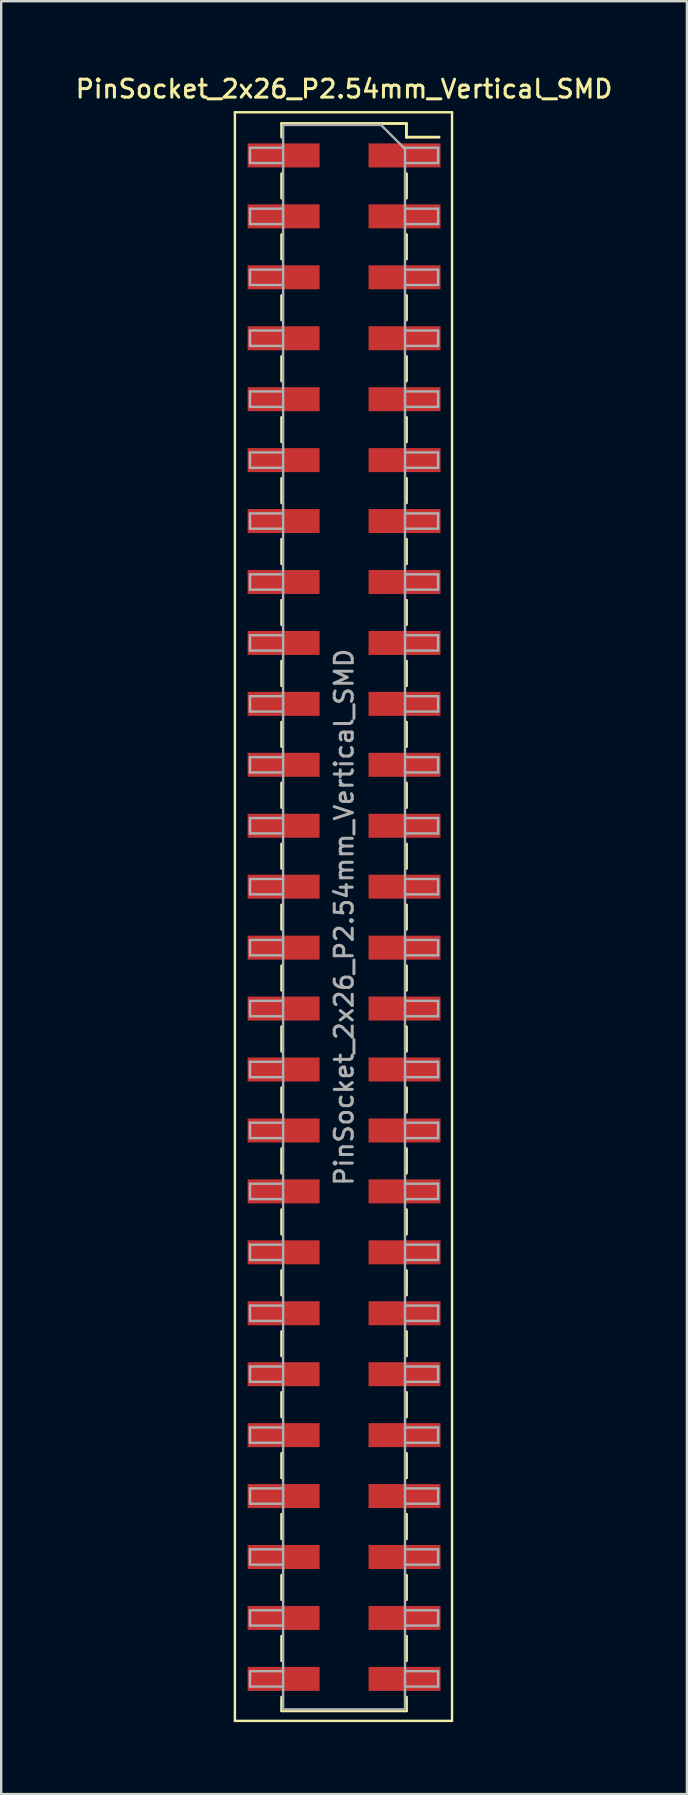
<source format=kicad_pcb>
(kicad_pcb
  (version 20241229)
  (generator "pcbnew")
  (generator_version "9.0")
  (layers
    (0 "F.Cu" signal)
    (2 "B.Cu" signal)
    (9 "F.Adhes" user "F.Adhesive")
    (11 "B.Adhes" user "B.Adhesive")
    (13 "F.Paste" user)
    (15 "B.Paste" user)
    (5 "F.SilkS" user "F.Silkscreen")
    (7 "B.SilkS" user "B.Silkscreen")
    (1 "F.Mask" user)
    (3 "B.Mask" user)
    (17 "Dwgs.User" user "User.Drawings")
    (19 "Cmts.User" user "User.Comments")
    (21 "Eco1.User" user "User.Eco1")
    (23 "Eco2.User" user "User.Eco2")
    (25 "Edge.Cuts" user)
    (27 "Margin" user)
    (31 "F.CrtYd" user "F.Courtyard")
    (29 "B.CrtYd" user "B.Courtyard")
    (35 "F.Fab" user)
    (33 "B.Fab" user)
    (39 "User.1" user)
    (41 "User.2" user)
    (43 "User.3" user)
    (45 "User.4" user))
  (footprint "PinSocket_2x26_P2.54mm_Vertical_SMD"
    (layer "F.Cu")
    (at 11.291 35.178)
    (property "Reference" "PinSocket_2x26_P2.54mm_Vertical_SMD" (at 0 -34.52 0) (layer "F.SilkS") (effects (font (size 0.75 0.75) (thickness 0.125))))
    (attr smd)
    (fp_line (start -4.55 -33.55) (end 4.5 -33.55) (stroke (width 0.1) (type solid)) (layer "F.SilkS"))
    (fp_line (start -4.55 33.5) (end -4.55 -33.55) (stroke (width 0.1) (type solid)) (layer "F.SilkS"))
    (fp_line (start -2.6 -33.08) (end -2.6 -32.51) (stroke (width 0.12) (type solid)) (layer "F.SilkS"))
    (fp_line (start -2.6 -33.08) (end 2.6 -33.08) (stroke (width 0.12) (type solid)) (layer "F.SilkS"))
    (fp_line (start -2.6 -30.99) (end -2.6 -29.97) (stroke (width 0.12) (type solid)) (layer "F.SilkS"))
    (fp_line (start -2.6 -28.45) (end -2.6 -27.43) (stroke (width 0.12) (type solid)) (layer "F.SilkS"))
    (fp_line (start -2.6 -25.91) (end -2.6 -24.89) (stroke (width 0.12) (type solid)) (layer "F.SilkS"))
    (fp_line (start -2.6 -23.37) (end -2.6 -22.35) (stroke (width 0.12) (type solid)) (layer "F.SilkS"))
    (fp_line (start -2.6 -20.83) (end -2.6 -19.81) (stroke (width 0.12) (type solid)) (layer "F.SilkS"))
    (fp_line (start -2.6 -18.29) (end -2.6 -17.27) (stroke (width 0.12) (type solid)) (layer "F.SilkS"))
    (fp_line (start -2.6 -15.75) (end -2.6 -14.73) (stroke (width 0.12) (type solid)) (layer "F.SilkS"))
    (fp_line (start -2.6 -13.21) (end -2.6 -12.19) (stroke (width 0.12) (type solid)) (layer "F.SilkS"))
    (fp_line (start -2.6 -10.67) (end -2.6 -9.65) (stroke (width 0.12) (type solid)) (layer "F.SilkS"))
    (fp_line (start -2.6 -8.13) (end -2.6 -7.11) (stroke (width 0.12) (type solid)) (layer "F.SilkS"))
    (fp_line (start -2.6 -5.59) (end -2.6 -4.57) (stroke (width 0.12) (type solid)) (layer "F.SilkS"))
    (fp_line (start -2.6 -3.05) (end -2.6 -2.03) (stroke (width 0.12) (type solid)) (layer "F.SilkS"))
    (fp_line (start -2.6 -0.51) (end -2.6 0.51) (stroke (width 0.12) (type solid)) (layer "F.SilkS"))
    (fp_line (start -2.6 2.03) (end -2.6 3.05) (stroke (width 0.12) (type solid)) (layer "F.SilkS"))
    (fp_line (start -2.6 4.57) (end -2.6 5.59) (stroke (width 0.12) (type solid)) (layer "F.SilkS"))
    (fp_line (start -2.6 7.11) (end -2.6 8.13) (stroke (width 0.12) (type solid)) (layer "F.SilkS"))
    (fp_line (start -2.6 9.65) (end -2.6 10.67) (stroke (width 0.12) (type solid)) (layer "F.SilkS"))
    (fp_line (start -2.6 12.19) (end -2.6 13.21) (stroke (width 0.12) (type solid)) (layer "F.SilkS"))
    (fp_line (start -2.6 14.73) (end -2.6 15.75) (stroke (width 0.12) (type solid)) (layer "F.SilkS"))
    (fp_line (start -2.6 17.27) (end -2.6 18.29) (stroke (width 0.12) (type solid)) (layer "F.SilkS"))
    (fp_line (start -2.6 19.81) (end -2.6 20.83) (stroke (width 0.12) (type solid)) (layer "F.SilkS"))
    (fp_line (start -2.6 22.35) (end -2.6 23.37) (stroke (width 0.12) (type solid)) (layer "F.SilkS"))
    (fp_line (start -2.6 24.89) (end -2.6 25.91) (stroke (width 0.12) (type solid)) (layer "F.SilkS"))
    (fp_line (start -2.6 27.43) (end -2.6 28.45) (stroke (width 0.12) (type solid)) (layer "F.SilkS"))
    (fp_line (start -2.6 29.97) (end -2.6 30.99) (stroke (width 0.12) (type solid)) (layer "F.SilkS"))
    (fp_line (start -2.6 32.51) (end -2.6 33.08) (stroke (width 0.12) (type solid)) (layer "F.SilkS"))
    (fp_line (start -2.6 33.08) (end 2.6 33.08) (stroke (width 0.12) (type solid)) (layer "F.SilkS"))
    (fp_line (start 2.6 -33.08) (end 2.6 -32.51) (stroke (width 0.12) (type solid)) (layer "F.SilkS"))
    (fp_line (start 2.6 -32.51) (end 3.96 -32.51) (stroke (width 0.12) (type solid)) (layer "F.SilkS"))
    (fp_line (start 2.6 -30.99) (end 2.6 -29.97) (stroke (width 0.12) (type solid)) (layer "F.SilkS"))
    (fp_line (start 2.6 -28.45) (end 2.6 -27.43) (stroke (width 0.12) (type solid)) (layer "F.SilkS"))
    (fp_line (start 2.6 -25.91) (end 2.6 -24.89) (stroke (width 0.12) (type solid)) (layer "F.SilkS"))
    (fp_line (start 2.6 -23.37) (end 2.6 -22.35) (stroke (width 0.12) (type solid)) (layer "F.SilkS"))
    (fp_line (start 2.6 -20.83) (end 2.6 -19.81) (stroke (width 0.12) (type solid)) (layer "F.SilkS"))
    (fp_line (start 2.6 -18.29) (end 2.6 -17.27) (stroke (width 0.12) (type solid)) (layer "F.SilkS"))
    (fp_line (start 2.6 -15.75) (end 2.6 -14.73) (stroke (width 0.12) (type solid)) (layer "F.SilkS"))
    (fp_line (start 2.6 -13.21) (end 2.6 -12.19) (stroke (width 0.12) (type solid)) (layer "F.SilkS"))
    (fp_line (start 2.6 -10.67) (end 2.6 -9.65) (stroke (width 0.12) (type solid)) (layer "F.SilkS"))
    (fp_line (start 2.6 -8.13) (end 2.6 -7.11) (stroke (width 0.12) (type solid)) (layer "F.SilkS"))
    (fp_line (start 2.6 -5.59) (end 2.6 -4.57) (stroke (width 0.12) (type solid)) (layer "F.SilkS"))
    (fp_line (start 2.6 -3.05) (end 2.6 -2.03) (stroke (width 0.12) (type solid)) (layer "F.SilkS"))
    (fp_line (start 2.6 -0.51) (end 2.6 0.51) (stroke (width 0.12) (type solid)) (layer "F.SilkS"))
    (fp_line (start 2.6 2.03) (end 2.6 3.05) (stroke (width 0.12) (type solid)) (layer "F.SilkS"))
    (fp_line (start 2.6 4.57) (end 2.6 5.59) (stroke (width 0.12) (type solid)) (layer "F.SilkS"))
    (fp_line (start 2.6 7.11) (end 2.6 8.13) (stroke (width 0.12) (type solid)) (layer "F.SilkS"))
    (fp_line (start 2.6 9.65) (end 2.6 10.67) (stroke (width 0.12) (type solid)) (layer "F.SilkS"))
    (fp_line (start 2.6 12.19) (end 2.6 13.21) (stroke (width 0.12) (type solid)) (layer "F.SilkS"))
    (fp_line (start 2.6 14.73) (end 2.6 15.75) (stroke (width 0.12) (type solid)) (layer "F.SilkS"))
    (fp_line (start 2.6 17.27) (end 2.6 18.29) (stroke (width 0.12) (type solid)) (layer "F.SilkS"))
    (fp_line (start 2.6 19.81) (end 2.6 20.83) (stroke (width 0.12) (type solid)) (layer "F.SilkS"))
    (fp_line (start 2.6 22.35) (end 2.6 23.37) (stroke (width 0.12) (type solid)) (layer "F.SilkS"))
    (fp_line (start 2.6 24.89) (end 2.6 25.91) (stroke (width 0.12) (type solid)) (layer "F.SilkS"))
    (fp_line (start 2.6 27.43) (end 2.6 28.45) (stroke (width 0.12) (type solid)) (layer "F.SilkS"))
    (fp_line (start 2.6 29.97) (end 2.6 30.99) (stroke (width 0.12) (type solid)) (layer "F.SilkS"))
    (fp_line (start 2.6 32.51) (end 2.6 33.08) (stroke (width 0.12) (type solid)) (layer "F.SilkS"))
    (fp_line (start 4.5 -33.55) (end 4.5 33.5) (stroke (width 0.1) (type solid)) (layer "F.SilkS"))
    (fp_line (start 4.5 33.5) (end -4.55 33.5) (stroke (width 0.1) (type solid)) (layer "F.SilkS"))
    (fp_line (start -3.92 -32.07) (end -2.54 -32.07) (stroke (width 0.1) (type solid)) (layer "F.Fab"))
    (fp_line (start -3.92 -31.43) (end -3.92 -32.07) (stroke (width 0.1) (type solid)) (layer "F.Fab"))
    (fp_line (start -3.92 -29.53) (end -2.54 -29.53) (stroke (width 0.1) (type solid)) (layer "F.Fab"))
    (fp_line (start -3.92 -28.89) (end -3.92 -29.53) (stroke (width 0.1) (type solid)) (layer "F.Fab"))
    (fp_line (start -3.92 -26.99) (end -2.54 -26.99) (stroke (width 0.1) (type solid)) (layer "F.Fab"))
    (fp_line (start -3.92 -26.35) (end -3.92 -26.99) (stroke (width 0.1) (type solid)) (layer "F.Fab"))
    (fp_line (start -3.92 -24.45) (end -2.54 -24.45) (stroke (width 0.1) (type solid)) (layer "F.Fab"))
    (fp_line (start -3.92 -23.81) (end -3.92 -24.45) (stroke (width 0.1) (type solid)) (layer "F.Fab"))
    (fp_line (start -3.92 -21.91) (end -2.54 -21.91) (stroke (width 0.1) (type solid)) (layer "F.Fab"))
    (fp_line (start -3.92 -21.27) (end -3.92 -21.91) (stroke (width 0.1) (type solid)) (layer "F.Fab"))
    (fp_line (start -3.92 -19.37) (end -2.54 -19.37) (stroke (width 0.1) (type solid)) (layer "F.Fab"))
    (fp_line (start -3.92 -18.73) (end -3.92 -19.37) (stroke (width 0.1) (type solid)) (layer "F.Fab"))
    (fp_line (start -3.92 -16.83) (end -2.54 -16.83) (stroke (width 0.1) (type solid)) (layer "F.Fab"))
    (fp_line (start -3.92 -16.19) (end -3.92 -16.83) (stroke (width 0.1) (type solid)) (layer "F.Fab"))
    (fp_line (start -3.92 -14.29) (end -2.54 -14.29) (stroke (width 0.1) (type solid)) (layer "F.Fab"))
    (fp_line (start -3.92 -13.65) (end -3.92 -14.29) (stroke (width 0.1) (type solid)) (layer "F.Fab"))
    (fp_line (start -3.92 -11.75) (end -2.54 -11.75) (stroke (width 0.1) (type solid)) (layer "F.Fab"))
    (fp_line (start -3.92 -11.11) (end -3.92 -11.75) (stroke (width 0.1) (type solid)) (layer "F.Fab"))
    (fp_line (start -3.92 -9.21) (end -2.54 -9.21) (stroke (width 0.1) (type solid)) (layer "F.Fab"))
    (fp_line (start -3.92 -8.57) (end -3.92 -9.21) (stroke (width 0.1) (type solid)) (layer "F.Fab"))
    (fp_line (start -3.92 -6.67) (end -2.54 -6.67) (stroke (width 0.1) (type solid)) (layer "F.Fab"))
    (fp_line (start -3.92 -6.03) (end -3.92 -6.67) (stroke (width 0.1) (type solid)) (layer "F.Fab"))
    (fp_line (start -3.92 -4.13) (end -2.54 -4.13) (stroke (width 0.1) (type solid)) (layer "F.Fab"))
    (fp_line (start -3.92 -3.49) (end -3.92 -4.13) (stroke (width 0.1) (type solid)) (layer "F.Fab"))
    (fp_line (start -3.92 -1.59) (end -2.54 -1.59) (stroke (width 0.1) (type solid)) (layer "F.Fab"))
    (fp_line (start -3.92 -0.95) (end -3.92 -1.59) (stroke (width 0.1) (type solid)) (layer "F.Fab"))
    (fp_line (start -3.92 0.95) (end -2.54 0.95) (stroke (width 0.1) (type solid)) (layer "F.Fab"))
    (fp_line (start -3.92 1.59) (end -3.92 0.95) (stroke (width 0.1) (type solid)) (layer "F.Fab"))
    (fp_line (start -3.92 3.49) (end -2.54 3.49) (stroke (width 0.1) (type solid)) (layer "F.Fab"))
    (fp_line (start -3.92 4.13) (end -3.92 3.49) (stroke (width 0.1) (type solid)) (layer "F.Fab"))
    (fp_line (start -3.92 6.03) (end -2.54 6.03) (stroke (width 0.1) (type solid)) (layer "F.Fab"))
    (fp_line (start -3.92 6.67) (end -3.92 6.03) (stroke (width 0.1) (type solid)) (layer "F.Fab"))
    (fp_line (start -3.92 8.57) (end -2.54 8.57) (stroke (width 0.1) (type solid)) (layer "F.Fab"))
    (fp_line (start -3.92 9.21) (end -3.92 8.57) (stroke (width 0.1) (type solid)) (layer "F.Fab"))
    (fp_line (start -3.92 11.11) (end -2.54 11.11) (stroke (width 0.1) (type solid)) (layer "F.Fab"))
    (fp_line (start -3.92 11.75) (end -3.92 11.11) (stroke (width 0.1) (type solid)) (layer "F.Fab"))
    (fp_line (start -3.92 13.65) (end -2.54 13.65) (stroke (width 0.1) (type solid)) (layer "F.Fab"))
    (fp_line (start -3.92 14.29) (end -3.92 13.65) (stroke (width 0.1) (type solid)) (layer "F.Fab"))
    (fp_line (start -3.92 16.19) (end -2.54 16.19) (stroke (width 0.1) (type solid)) (layer "F.Fab"))
    (fp_line (start -3.92 16.83) (end -3.92 16.19) (stroke (width 0.1) (type solid)) (layer "F.Fab"))
    (fp_line (start -3.92 18.73) (end -2.54 18.73) (stroke (width 0.1) (type solid)) (layer "F.Fab"))
    (fp_line (start -3.92 19.37) (end -3.92 18.73) (stroke (width 0.1) (type solid)) (layer "F.Fab"))
    (fp_line (start -3.92 21.27) (end -2.54 21.27) (stroke (width 0.1) (type solid)) (layer "F.Fab"))
    (fp_line (start -3.92 21.91) (end -3.92 21.27) (stroke (width 0.1) (type solid)) (layer "F.Fab"))
    (fp_line (start -3.92 23.81) (end -2.54 23.81) (stroke (width 0.1) (type solid)) (layer "F.Fab"))
    (fp_line (start -3.92 24.45) (end -3.92 23.81) (stroke (width 0.1) (type solid)) (layer "F.Fab"))
    (fp_line (start -3.92 26.35) (end -2.54 26.35) (stroke (width 0.1) (type solid)) (layer "F.Fab"))
    (fp_line (start -3.92 26.99) (end -3.92 26.35) (stroke (width 0.1) (type solid)) (layer "F.Fab"))
    (fp_line (start -3.92 28.89) (end -2.54 28.89) (stroke (width 0.1) (type solid)) (layer "F.Fab"))
    (fp_line (start -3.92 29.53) (end -3.92 28.89) (stroke (width 0.1) (type solid)) (layer "F.Fab"))
    (fp_line (start -3.92 31.43) (end -2.54 31.43) (stroke (width 0.1) (type solid)) (layer "F.Fab"))
    (fp_line (start -3.92 32.07) (end -3.92 31.43) (stroke (width 0.1) (type solid)) (layer "F.Fab"))
    (fp_line (start -2.54 -33.02) (end 1.54 -33.02) (stroke (width 0.1) (type solid)) (layer "F.Fab"))
    (fp_line (start -2.54 -31.43) (end -3.92 -31.43) (stroke (width 0.1) (type solid)) (layer "F.Fab"))
    (fp_line (start -2.54 -28.89) (end -3.92 -28.89) (stroke (width 0.1) (type solid)) (layer "F.Fab"))
    (fp_line (start -2.54 -26.35) (end -3.92 -26.35) (stroke (width 0.1) (type solid)) (layer "F.Fab"))
    (fp_line (start -2.54 -23.81) (end -3.92 -23.81) (stroke (width 0.1) (type solid)) (layer "F.Fab"))
    (fp_line (start -2.54 -21.27) (end -3.92 -21.27) (stroke (width 0.1) (type solid)) (layer "F.Fab"))
    (fp_line (start -2.54 -18.73) (end -3.92 -18.73) (stroke (width 0.1) (type solid)) (layer "F.Fab"))
    (fp_line (start -2.54 -16.19) (end -3.92 -16.19) (stroke (width 0.1) (type solid)) (layer "F.Fab"))
    (fp_line (start -2.54 -13.65) (end -3.92 -13.65) (stroke (width 0.1) (type solid)) (layer "F.Fab"))
    (fp_line (start -2.54 -11.11) (end -3.92 -11.11) (stroke (width 0.1) (type solid)) (layer "F.Fab"))
    (fp_line (start -2.54 -8.57) (end -3.92 -8.57) (stroke (width 0.1) (type solid)) (layer "F.Fab"))
    (fp_line (start -2.54 -6.03) (end -3.92 -6.03) (stroke (width 0.1) (type solid)) (layer "F.Fab"))
    (fp_line (start -2.54 -3.49) (end -3.92 -3.49) (stroke (width 0.1) (type solid)) (layer "F.Fab"))
    (fp_line (start -2.54 -0.95) (end -3.92 -0.95) (stroke (width 0.1) (type solid)) (layer "F.Fab"))
    (fp_line (start -2.54 1.59) (end -3.92 1.59) (stroke (width 0.1) (type solid)) (layer "F.Fab"))
    (fp_line (start -2.54 4.13) (end -3.92 4.13) (stroke (width 0.1) (type solid)) (layer "F.Fab"))
    (fp_line (start -2.54 6.67) (end -3.92 6.67) (stroke (width 0.1) (type solid)) (layer "F.Fab"))
    (fp_line (start -2.54 9.21) (end -3.92 9.21) (stroke (width 0.1) (type solid)) (layer "F.Fab"))
    (fp_line (start -2.54 11.75) (end -3.92 11.75) (stroke (width 0.1) (type solid)) (layer "F.Fab"))
    (fp_line (start -2.54 14.29) (end -3.92 14.29) (stroke (width 0.1) (type solid)) (layer "F.Fab"))
    (fp_line (start -2.54 16.83) (end -3.92 16.83) (stroke (width 0.1) (type solid)) (layer "F.Fab"))
    (fp_line (start -2.54 19.37) (end -3.92 19.37) (stroke (width 0.1) (type solid)) (layer "F.Fab"))
    (fp_line (start -2.54 21.91) (end -3.92 21.91) (stroke (width 0.1) (type solid)) (layer "F.Fab"))
    (fp_line (start -2.54 24.45) (end -3.92 24.45) (stroke (width 0.1) (type solid)) (layer "F.Fab"))
    (fp_line (start -2.54 26.99) (end -3.92 26.99) (stroke (width 0.1) (type solid)) (layer "F.Fab"))
    (fp_line (start -2.54 29.53) (end -3.92 29.53) (stroke (width 0.1) (type solid)) (layer "F.Fab"))
    (fp_line (start -2.54 32.07) (end -3.92 32.07) (stroke (width 0.1) (type solid)) (layer "F.Fab"))
    (fp_line (start -2.54 33.02) (end -2.54 -33.02) (stroke (width 0.1) (type solid)) (layer "F.Fab"))
    (fp_line (start 1.54 -33.02) (end 2.54 -32.02) (stroke (width 0.1) (type solid)) (layer "F.Fab"))
    (fp_line (start 2.54 -32.07) (end 3.92 -32.07) (stroke (width 0.1) (type solid)) (layer "F.Fab"))
    (fp_line (start 2.54 -32.02) (end 2.54 33.02) (stroke (width 0.1) (type solid)) (layer "F.Fab"))
    (fp_line (start 2.54 -29.53) (end 3.92 -29.53) (stroke (width 0.1) (type solid)) (layer "F.Fab"))
    (fp_line (start 2.54 -26.99) (end 3.92 -26.99) (stroke (width 0.1) (type solid)) (layer "F.Fab"))
    (fp_line (start 2.54 -24.45) (end 3.92 -24.45) (stroke (width 0.1) (type solid)) (layer "F.Fab"))
    (fp_line (start 2.54 -21.91) (end 3.92 -21.91) (stroke (width 0.1) (type solid)) (layer "F.Fab"))
    (fp_line (start 2.54 -19.37) (end 3.92 -19.37) (stroke (width 0.1) (type solid)) (layer "F.Fab"))
    (fp_line (start 2.54 -16.83) (end 3.92 -16.83) (stroke (width 0.1) (type solid)) (layer "F.Fab"))
    (fp_line (start 2.54 -14.29) (end 3.92 -14.29) (stroke (width 0.1) (type solid)) (layer "F.Fab"))
    (fp_line (start 2.54 -11.75) (end 3.92 -11.75) (stroke (width 0.1) (type solid)) (layer "F.Fab"))
    (fp_line (start 2.54 -9.21) (end 3.92 -9.21) (stroke (width 0.1) (type solid)) (layer "F.Fab"))
    (fp_line (start 2.54 -6.67) (end 3.92 -6.67) (stroke (width 0.1) (type solid)) (layer "F.Fab"))
    (fp_line (start 2.54 -4.13) (end 3.92 -4.13) (stroke (width 0.1) (type solid)) (layer "F.Fab"))
    (fp_line (start 2.54 -1.59) (end 3.92 -1.59) (stroke (width 0.1) (type solid)) (layer "F.Fab"))
    (fp_line (start 2.54 0.95) (end 3.92 0.95) (stroke (width 0.1) (type solid)) (layer "F.Fab"))
    (fp_line (start 2.54 3.49) (end 3.92 3.49) (stroke (width 0.1) (type solid)) (layer "F.Fab"))
    (fp_line (start 2.54 6.03) (end 3.92 6.03) (stroke (width 0.1) (type solid)) (layer "F.Fab"))
    (fp_line (start 2.54 8.57) (end 3.92 8.57) (stroke (width 0.1) (type solid)) (layer "F.Fab"))
    (fp_line (start 2.54 11.11) (end 3.92 11.11) (stroke (width 0.1) (type solid)) (layer "F.Fab"))
    (fp_line (start 2.54 13.65) (end 3.92 13.65) (stroke (width 0.1) (type solid)) (layer "F.Fab"))
    (fp_line (start 2.54 16.19) (end 3.92 16.19) (stroke (width 0.1) (type solid)) (layer "F.Fab"))
    (fp_line (start 2.54 18.73) (end 3.92 18.73) (stroke (width 0.1) (type solid)) (layer "F.Fab"))
    (fp_line (start 2.54 21.27) (end 3.92 21.27) (stroke (width 0.1) (type solid)) (layer "F.Fab"))
    (fp_line (start 2.54 23.81) (end 3.92 23.81) (stroke (width 0.1) (type solid)) (layer "F.Fab"))
    (fp_line (start 2.54 26.35) (end 3.92 26.35) (stroke (width 0.1) (type solid)) (layer "F.Fab"))
    (fp_line (start 2.54 28.89) (end 3.92 28.89) (stroke (width 0.1) (type solid)) (layer "F.Fab"))
    (fp_line (start 2.54 31.43) (end 3.92 31.43) (stroke (width 0.1) (type solid)) (layer "F.Fab"))
    (fp_line (start 2.54 33.02) (end -2.54 33.02) (stroke (width 0.1) (type solid)) (layer "F.Fab"))
    (fp_line (start 3.92 -32.07) (end 3.92 -31.43) (stroke (width 0.1) (type solid)) (layer "F.Fab"))
    (fp_line (start 3.92 -31.43) (end 2.54 -31.43) (stroke (width 0.1) (type solid)) (layer "F.Fab"))
    (fp_line (start 3.92 -29.53) (end 3.92 -28.89) (stroke (width 0.1) (type solid)) (layer "F.Fab"))
    (fp_line (start 3.92 -28.89) (end 2.54 -28.89) (stroke (width 0.1) (type solid)) (layer "F.Fab"))
    (fp_line (start 3.92 -26.99) (end 3.92 -26.35) (stroke (width 0.1) (type solid)) (layer "F.Fab"))
    (fp_line (start 3.92 -26.35) (end 2.54 -26.35) (stroke (width 0.1) (type solid)) (layer "F.Fab"))
    (fp_line (start 3.92 -24.45) (end 3.92 -23.81) (stroke (width 0.1) (type solid)) (layer "F.Fab"))
    (fp_line (start 3.92 -23.81) (end 2.54 -23.81) (stroke (width 0.1) (type solid)) (layer "F.Fab"))
    (fp_line (start 3.92 -21.91) (end 3.92 -21.27) (stroke (width 0.1) (type solid)) (layer "F.Fab"))
    (fp_line (start 3.92 -21.27) (end 2.54 -21.27) (stroke (width 0.1) (type solid)) (layer "F.Fab"))
    (fp_line (start 3.92 -19.37) (end 3.92 -18.73) (stroke (width 0.1) (type solid)) (layer "F.Fab"))
    (fp_line (start 3.92 -18.73) (end 2.54 -18.73) (stroke (width 0.1) (type solid)) (layer "F.Fab"))
    (fp_line (start 3.92 -16.83) (end 3.92 -16.19) (stroke (width 0.1) (type solid)) (layer "F.Fab"))
    (fp_line (start 3.92 -16.19) (end 2.54 -16.19) (stroke (width 0.1) (type solid)) (layer "F.Fab"))
    (fp_line (start 3.92 -14.29) (end 3.92 -13.65) (stroke (width 0.1) (type solid)) (layer "F.Fab"))
    (fp_line (start 3.92 -13.65) (end 2.54 -13.65) (stroke (width 0.1) (type solid)) (layer "F.Fab"))
    (fp_line (start 3.92 -11.75) (end 3.92 -11.11) (stroke (width 0.1) (type solid)) (layer "F.Fab"))
    (fp_line (start 3.92 -11.11) (end 2.54 -11.11) (stroke (width 0.1) (type solid)) (layer "F.Fab"))
    (fp_line (start 3.92 -9.21) (end 3.92 -8.57) (stroke (width 0.1) (type solid)) (layer "F.Fab"))
    (fp_line (start 3.92 -8.57) (end 2.54 -8.57) (stroke (width 0.1) (type solid)) (layer "F.Fab"))
    (fp_line (start 3.92 -6.67) (end 3.92 -6.03) (stroke (width 0.1) (type solid)) (layer "F.Fab"))
    (fp_line (start 3.92 -6.03) (end 2.54 -6.03) (stroke (width 0.1) (type solid)) (layer "F.Fab"))
    (fp_line (start 3.92 -4.13) (end 3.92 -3.49) (stroke (width 0.1) (type solid)) (layer "F.Fab"))
    (fp_line (start 3.92 -3.49) (end 2.54 -3.49) (stroke (width 0.1) (type solid)) (layer "F.Fab"))
    (fp_line (start 3.92 -1.59) (end 3.92 -0.95) (stroke (width 0.1) (type solid)) (layer "F.Fab"))
    (fp_line (start 3.92 -0.95) (end 2.54 -0.95) (stroke (width 0.1) (type solid)) (layer "F.Fab"))
    (fp_line (start 3.92 0.95) (end 3.92 1.59) (stroke (width 0.1) (type solid)) (layer "F.Fab"))
    (fp_line (start 3.92 1.59) (end 2.54 1.59) (stroke (width 0.1) (type solid)) (layer "F.Fab"))
    (fp_line (start 3.92 3.49) (end 3.92 4.13) (stroke (width 0.1) (type solid)) (layer "F.Fab"))
    (fp_line (start 3.92 4.13) (end 2.54 4.13) (stroke (width 0.1) (type solid)) (layer "F.Fab"))
    (fp_line (start 3.92 6.03) (end 3.92 6.67) (stroke (width 0.1) (type solid)) (layer "F.Fab"))
    (fp_line (start 3.92 6.67) (end 2.54 6.67) (stroke (width 0.1) (type solid)) (layer "F.Fab"))
    (fp_line (start 3.92 8.57) (end 3.92 9.21) (stroke (width 0.1) (type solid)) (layer "F.Fab"))
    (fp_line (start 3.92 9.21) (end 2.54 9.21) (stroke (width 0.1) (type solid)) (layer "F.Fab"))
    (fp_line (start 3.92 11.11) (end 3.92 11.75) (stroke (width 0.1) (type solid)) (layer "F.Fab"))
    (fp_line (start 3.92 11.75) (end 2.54 11.75) (stroke (width 0.1) (type solid)) (layer "F.Fab"))
    (fp_line (start 3.92 13.65) (end 3.92 14.29) (stroke (width 0.1) (type solid)) (layer "F.Fab"))
    (fp_line (start 3.92 14.29) (end 2.54 14.29) (stroke (width 0.1) (type solid)) (layer "F.Fab"))
    (fp_line (start 3.92 16.19) (end 3.92 16.83) (stroke (width 0.1) (type solid)) (layer "F.Fab"))
    (fp_line (start 3.92 16.83) (end 2.54 16.83) (stroke (width 0.1) (type solid)) (layer "F.Fab"))
    (fp_line (start 3.92 18.73) (end 3.92 19.37) (stroke (width 0.1) (type solid)) (layer "F.Fab"))
    (fp_line (start 3.92 19.37) (end 2.54 19.37) (stroke (width 0.1) (type solid)) (layer "F.Fab"))
    (fp_line (start 3.92 21.27) (end 3.92 21.91) (stroke (width 0.1) (type solid)) (layer "F.Fab"))
    (fp_line (start 3.92 21.91) (end 2.54 21.91) (stroke (width 0.1) (type solid)) (layer "F.Fab"))
    (fp_line (start 3.92 23.81) (end 3.92 24.45) (stroke (width 0.1) (type solid)) (layer "F.Fab"))
    (fp_line (start 3.92 24.45) (end 2.54 24.45) (stroke (width 0.1) (type solid)) (layer "F.Fab"))
    (fp_line (start 3.92 26.35) (end 3.92 26.99) (stroke (width 0.1) (type solid)) (layer "F.Fab"))
    (fp_line (start 3.92 26.99) (end 2.54 26.99) (stroke (width 0.1) (type solid)) (layer "F.Fab"))
    (fp_line (start 3.92 28.89) (end 3.92 29.53) (stroke (width 0.1) (type solid)) (layer "F.Fab"))
    (fp_line (start 3.92 29.53) (end 2.54 29.53) (stroke (width 0.1) (type solid)) (layer "F.Fab"))
    (fp_line (start 3.92 31.43) (end 3.92 32.07) (stroke (width 0.1) (type solid)) (layer "F.Fab"))
    (fp_line (start 3.92 32.07) (end 2.54 32.07) (stroke (width 0.1) (type solid)) (layer "F.Fab"))
    (fp_text user "${REFERENCE}" (at 0 0 90) (layer "F.Fab") (effects (font (size 0.75 0.75) (thickness 0.125))))
    (pad "1" smd rect (at 2.52 -31.75) (size 3 1) (layers "F.Cu" "F.Mask" "F.Paste"))
    (pad "2" smd rect (at -2.52 -31.75) (size 3 1) (layers "F.Cu" "F.Mask" "F.Paste"))
    (pad "3" smd rect (at 2.52 -29.21) (size 3 1) (layers "F.Cu" "F.Mask" "F.Paste"))
    (pad "4" smd rect (at -2.52 -29.21) (size 3 1) (layers "F.Cu" "F.Mask" "F.Paste"))
    (pad "5" smd rect (at 2.52 -26.67) (size 3 1) (layers "F.Cu" "F.Mask" "F.Paste"))
    (pad "6" smd rect (at -2.52 -26.67) (size 3 1) (layers "F.Cu" "F.Mask" "F.Paste"))
    (pad "7" smd rect (at 2.52 -24.13) (size 3 1) (layers "F.Cu" "F.Mask" "F.Paste"))
    (pad "8" smd rect (at -2.52 -24.13) (size 3 1) (layers "F.Cu" "F.Mask" "F.Paste"))
    (pad "9" smd rect (at 2.52 -21.59) (size 3 1) (layers "F.Cu" "F.Mask" "F.Paste"))
    (pad "10" smd rect (at -2.52 -21.59) (size 3 1) (layers "F.Cu" "F.Mask" "F.Paste"))
    (pad "11" smd rect (at 2.52 -19.05) (size 3 1) (layers "F.Cu" "F.Mask" "F.Paste"))
    (pad "12" smd rect (at -2.52 -19.05) (size 3 1) (layers "F.Cu" "F.Mask" "F.Paste"))
    (pad "13" smd rect (at 2.52 -16.51) (size 3 1) (layers "F.Cu" "F.Mask" "F.Paste"))
    (pad "14" smd rect (at -2.52 -16.51) (size 3 1) (layers "F.Cu" "F.Mask" "F.Paste"))
    (pad "15" smd rect (at 2.52 -13.97) (size 3 1) (layers "F.Cu" "F.Mask" "F.Paste"))
    (pad "16" smd rect (at -2.52 -13.97) (size 3 1) (layers "F.Cu" "F.Mask" "F.Paste"))
    (pad "17" smd rect (at 2.52 -11.43) (size 3 1) (layers "F.Cu" "F.Mask" "F.Paste"))
    (pad "18" smd rect (at -2.52 -11.43) (size 3 1) (layers "F.Cu" "F.Mask" "F.Paste"))
    (pad "19" smd rect (at 2.52 -8.89) (size 3 1) (layers "F.Cu" "F.Mask" "F.Paste"))
    (pad "20" smd rect (at -2.52 -8.89) (size 3 1) (layers "F.Cu" "F.Mask" "F.Paste"))
    (pad "21" smd rect (at 2.52 -6.35) (size 3 1) (layers "F.Cu" "F.Mask" "F.Paste"))
    (pad "22" smd rect (at -2.52 -6.35) (size 3 1) (layers "F.Cu" "F.Mask" "F.Paste"))
    (pad "23" smd rect (at 2.52 -3.81) (size 3 1) (layers "F.Cu" "F.Mask" "F.Paste"))
    (pad "24" smd rect (at -2.52 -3.81) (size 3 1) (layers "F.Cu" "F.Mask" "F.Paste"))
    (pad "25" smd rect (at 2.52 -1.27) (size 3 1) (layers "F.Cu" "F.Mask" "F.Paste"))
    (pad "26" smd rect (at -2.52 -1.27) (size 3 1) (layers "F.Cu" "F.Mask" "F.Paste"))
    (pad "27" smd rect (at 2.52 1.27) (size 3 1) (layers "F.Cu" "F.Mask" "F.Paste"))
    (pad "28" smd rect (at -2.52 1.27) (size 3 1) (layers "F.Cu" "F.Mask" "F.Paste"))
    (pad "29" smd rect (at 2.52 3.81) (size 3 1) (layers "F.Cu" "F.Mask" "F.Paste"))
    (pad "30" smd rect (at -2.52 3.81) (size 3 1) (layers "F.Cu" "F.Mask" "F.Paste"))
    (pad "31" smd rect (at 2.52 6.35) (size 3 1) (layers "F.Cu" "F.Mask" "F.Paste"))
    (pad "32" smd rect (at -2.52 6.35) (size 3 1) (layers "F.Cu" "F.Mask" "F.Paste"))
    (pad "33" smd rect (at 2.52 8.89) (size 3 1) (layers "F.Cu" "F.Mask" "F.Paste"))
    (pad "34" smd rect (at -2.52 8.89) (size 3 1) (layers "F.Cu" "F.Mask" "F.Paste"))
    (pad "35" smd rect (at 2.52 11.43) (size 3 1) (layers "F.Cu" "F.Mask" "F.Paste"))
    (pad "36" smd rect (at -2.52 11.43) (size 3 1) (layers "F.Cu" "F.Mask" "F.Paste"))
    (pad "37" smd rect (at 2.52 13.97) (size 3 1) (layers "F.Cu" "F.Mask" "F.Paste"))
    (pad "38" smd rect (at -2.52 13.97) (size 3 1) (layers "F.Cu" "F.Mask" "F.Paste"))
    (pad "39" smd rect (at 2.52 16.51) (size 3 1) (layers "F.Cu" "F.Mask" "F.Paste"))
    (pad "40" smd rect (at -2.52 16.51) (size 3 1) (layers "F.Cu" "F.Mask" "F.Paste"))
    (pad "41" smd rect (at 2.52 19.05) (size 3 1) (layers "F.Cu" "F.Mask" "F.Paste"))
    (pad "42" smd rect (at -2.52 19.05) (size 3 1) (layers "F.Cu" "F.Mask" "F.Paste"))
    (pad "43" smd rect (at 2.52 21.59) (size 3 1) (layers "F.Cu" "F.Mask" "F.Paste"))
    (pad "44" smd rect (at -2.52 21.59) (size 3 1) (layers "F.Cu" "F.Mask" "F.Paste"))
    (pad "45" smd rect (at 2.52 24.13) (size 3 1) (layers "F.Cu" "F.Mask" "F.Paste"))
    (pad "46" smd rect (at -2.52 24.13) (size 3 1) (layers "F.Cu" "F.Mask" "F.Paste"))
    (pad "47" smd rect (at 2.52 26.67) (size 3 1) (layers "F.Cu" "F.Mask" "F.Paste"))
    (pad "48" smd rect (at -2.52 26.67) (size 3 1) (layers "F.Cu" "F.Mask" "F.Paste"))
    (pad "49" smd rect (at 2.52 29.21) (size 3 1) (layers "F.Cu" "F.Mask" "F.Paste"))
    (pad "50" smd rect (at -2.52 29.21) (size 3 1) (layers "F.Cu" "F.Mask" "F.Paste"))
    (pad "51" smd rect (at 2.52 31.75) (size 3 1) (layers "F.Cu" "F.Mask" "F.Paste"))
    (pad "52" smd rect (at -2.52 31.75) (size 3 1) (layers "F.Cu" "F.Mask" "F.Paste")))
  (gr_rect
    (start -3 -3)
    (end 25.582 71.728)
    (stroke (width 0.1) (type default))
    (fill no)
    (layer "Edge.Cuts")))
</source>
